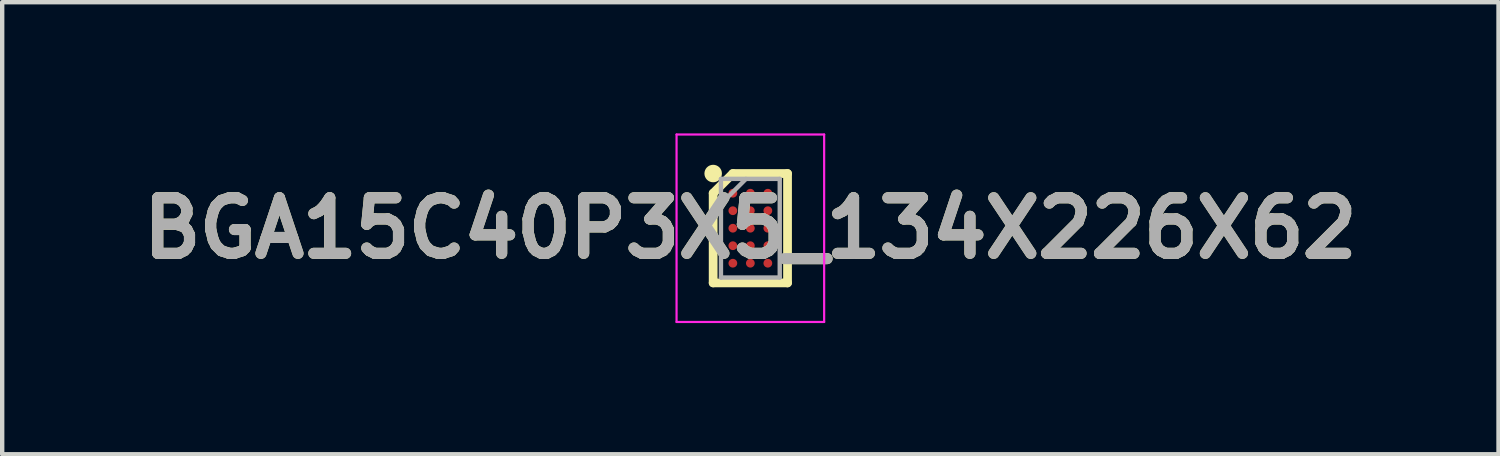
<source format=kicad_pcb>
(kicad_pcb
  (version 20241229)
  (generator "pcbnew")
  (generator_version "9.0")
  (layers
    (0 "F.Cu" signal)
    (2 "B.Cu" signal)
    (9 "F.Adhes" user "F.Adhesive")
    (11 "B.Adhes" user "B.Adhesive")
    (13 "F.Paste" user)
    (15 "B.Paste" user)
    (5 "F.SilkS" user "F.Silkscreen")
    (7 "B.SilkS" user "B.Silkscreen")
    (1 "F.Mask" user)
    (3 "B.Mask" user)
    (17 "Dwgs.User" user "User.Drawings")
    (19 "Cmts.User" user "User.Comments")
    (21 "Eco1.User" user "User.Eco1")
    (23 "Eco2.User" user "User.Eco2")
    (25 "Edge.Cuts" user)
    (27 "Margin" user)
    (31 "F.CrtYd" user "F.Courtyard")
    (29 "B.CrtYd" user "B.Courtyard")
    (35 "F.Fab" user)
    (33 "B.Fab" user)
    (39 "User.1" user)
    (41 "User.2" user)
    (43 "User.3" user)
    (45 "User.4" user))
  (footprint "BGA15C40P3X5_134X226X62"
    (layer "F.Cu")
    (at 14.103 2.167)
    (property "Reference" "BGA15C40P3X5_134X226X62" (at 0 0 0) (layer "F.SilkS") (effects (font (size 1.27 1.27) (thickness 0.254))))
    (attr smd)
    (fp_line (start -0.85 -0.8) (end -0.4 -1.25) (stroke (width 0.2) (type solid)) (layer "F.SilkS"))
    (fp_line (start -0.85 1.25) (end -0.85 -0.8) (stroke (width 0.2) (type solid)) (layer "F.SilkS"))
    (fp_line (start -0.4 -1.25) (end 0.85 -1.25) (stroke (width 0.2) (type solid)) (layer "F.SilkS"))
    (fp_line (start 0.85 -1.25) (end 0.85 1.25) (stroke (width 0.2) (type solid)) (layer "F.SilkS"))
    (fp_line (start 0.85 1.25) (end -0.85 1.25) (stroke (width 0.2) (type solid)) (layer "F.SilkS"))
    (fp_circle (center -0.85 -1.25) (end -0.85 -1.15) (stroke (width 0.2) (type solid)) (fill no) (layer "F.SilkS"))
    (fp_line (start -1.687 -2.142) (end 1.687 -2.142) (stroke (width 0.05) (type solid)) (layer "F.CrtYd"))
    (fp_line (start -1.687 2.143) (end -1.687 -2.142) (stroke (width 0.05) (type solid)) (layer "F.CrtYd"))
    (fp_line (start 1.687 -2.142) (end 1.687 2.143) (stroke (width 0.05) (type solid)) (layer "F.CrtYd"))
    (fp_line (start 1.687 2.143) (end -1.687 2.143) (stroke (width 0.05) (type solid)) (layer "F.CrtYd"))
    (fp_line (start -0.672 -1.128) (end 0.672 -1.128) (stroke (width 0.1) (type solid)) (layer "F.Fab"))
    (fp_line (start -0.672 -0.556) (end -0.101 -1.127) (stroke (width 0.1) (type solid)) (layer "F.Fab"))
    (fp_line (start -0.672 1.127) (end -0.672 -1.128) (stroke (width 0.1) (type solid)) (layer "F.Fab"))
    (fp_line (start 0.672 -1.128) (end 0.672 1.127) (stroke (width 0.1) (type solid)) (layer "F.Fab"))
    (fp_line (start 0.672 1.127) (end -0.672 1.127) (stroke (width 0.1) (type solid)) (layer "F.Fab"))
    (fp_text user "${REFERENCE}" (at 0 0 0) (layer "F.Fab") (effects (font (size 1.27 1.27) (thickness 0.254))))
    (pad "A1" smd circle (at -0.4 -0.8 90) (size 0.2 0.2) (layers "F.Cu" "F.Mask" "F.Paste"))
    (pad "A2" smd circle (at 0 -0.8 90) (size 0.2 0.2) (layers "F.Cu" "F.Mask" "F.Paste"))
    (pad "A3" smd circle (at 0.4 -0.8 90) (size 0.2 0.2) (layers "F.Cu" "F.Mask" "F.Paste"))
    (pad "B1" smd circle (at -0.4 -0.4 90) (size 0.2 0.2) (layers "F.Cu" "F.Mask" "F.Paste"))
    (pad "B2" smd circle (at 0 -0.4 90) (size 0.2 0.2) (layers "F.Cu" "F.Mask" "F.Paste"))
    (pad "B3" smd circle (at 0.4 -0.4 90) (size 0.2 0.2) (layers "F.Cu" "F.Mask" "F.Paste"))
    (pad "C1" smd circle (at -0.4 0 90) (size 0.2 0.2) (layers "F.Cu" "F.Mask" "F.Paste"))
    (pad "C2" smd circle (at 0 0 90) (size 0.2 0.2) (layers "F.Cu" "F.Mask" "F.Paste"))
    (pad "C3" smd circle (at 0.4 0 90) (size 0.2 0.2) (layers "F.Cu" "F.Mask" "F.Paste"))
    (pad "D1" smd circle (at -0.4 0.4 90) (size 0.2 0.2) (layers "F.Cu" "F.Mask" "F.Paste"))
    (pad "D2" smd circle (at 0 0.4 90) (size 0.2 0.2) (layers "F.Cu" "F.Mask" "F.Paste"))
    (pad "D3" smd circle (at 0.4 0.4 90) (size 0.2 0.2) (layers "F.Cu" "F.Mask" "F.Paste"))
    (pad "E1" smd circle (at -0.4 0.8 90) (size 0.2 0.2) (layers "F.Cu" "F.Mask" "F.Paste"))
    (pad "E2" smd circle (at 0 0.8 90) (size 0.2 0.2) (layers "F.Cu" "F.Mask" "F.Paste"))
    (pad "E3" smd circle (at 0.4 0.8 90) (size 0.2 0.2) (layers "F.Cu" "F.Mask" "F.Paste")))
  (gr_rect
    (start -3 -3)
    (end 31.206 7.335)
    (stroke (width 0.1) (type default))
    (fill no)
    (layer "Edge.Cuts")))
</source>
